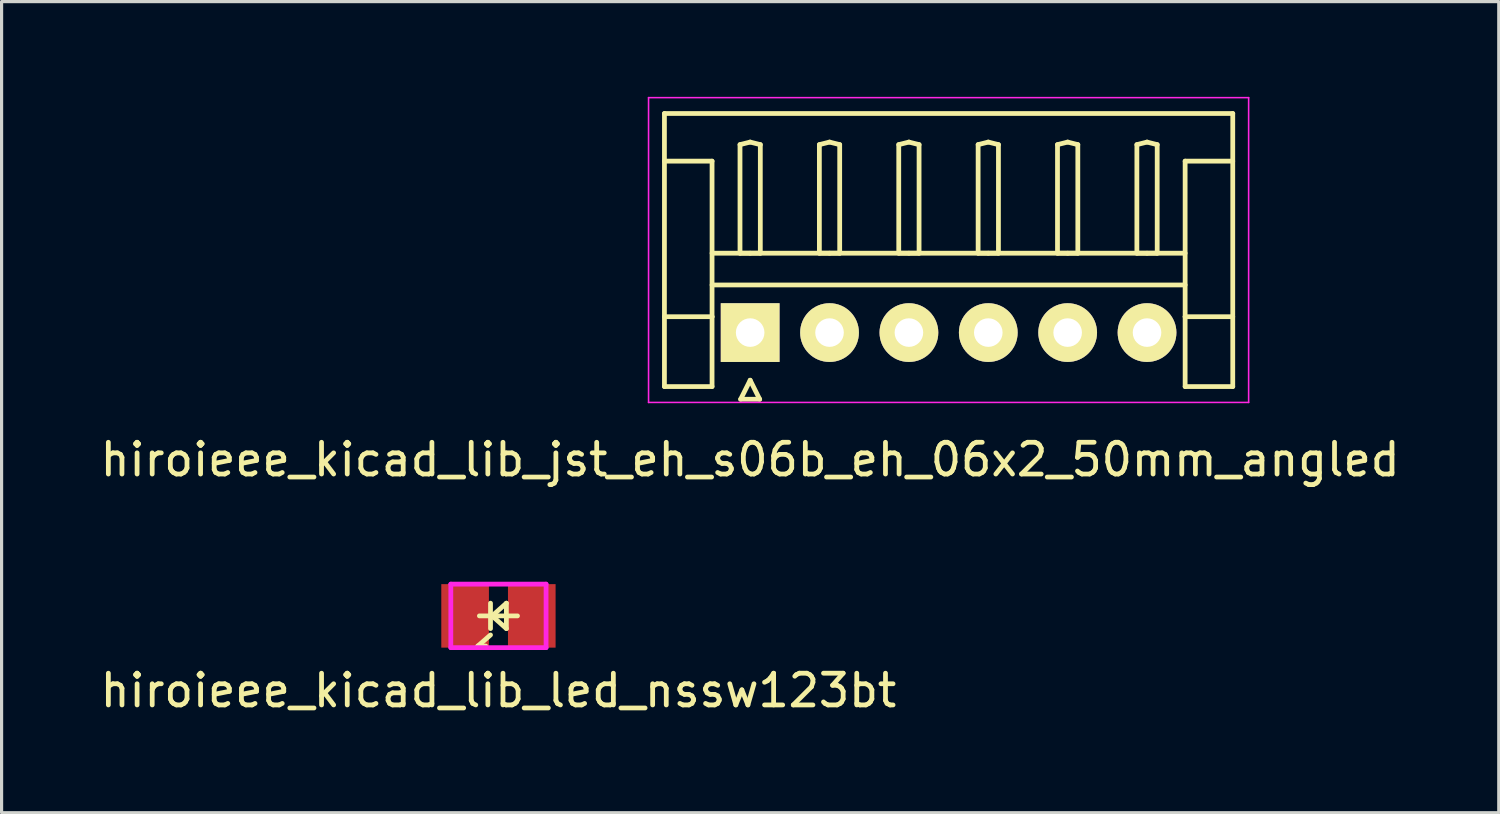
<source format=kicad_pcb>
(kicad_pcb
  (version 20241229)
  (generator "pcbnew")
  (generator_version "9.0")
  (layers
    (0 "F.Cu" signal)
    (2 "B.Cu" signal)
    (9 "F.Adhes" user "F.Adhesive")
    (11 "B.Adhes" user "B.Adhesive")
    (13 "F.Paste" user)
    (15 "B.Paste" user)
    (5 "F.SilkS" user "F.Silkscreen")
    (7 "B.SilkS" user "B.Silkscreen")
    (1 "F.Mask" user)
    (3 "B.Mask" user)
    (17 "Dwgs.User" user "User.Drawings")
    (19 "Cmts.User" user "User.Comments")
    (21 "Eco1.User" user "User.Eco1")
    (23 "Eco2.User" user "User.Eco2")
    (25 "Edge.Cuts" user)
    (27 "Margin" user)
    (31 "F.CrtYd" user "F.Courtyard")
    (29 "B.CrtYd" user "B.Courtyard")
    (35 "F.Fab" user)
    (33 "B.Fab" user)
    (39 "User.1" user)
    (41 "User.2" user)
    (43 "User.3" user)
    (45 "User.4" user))
  (footprint "hiroieee_kicad_lib_led_nssw123bt"
    (layer "F.Cu")
    (at 12.649 16.348)
    (property "Reference" "hiroieee_kicad_lib_led_nssw123bt" (at 0 2.35 0) (layer "F.SilkS") (effects (font (size 1 1) (thickness 0.15))))
    (attr through_hole)
    (fp_line (start -0.65 0.95) (end -0.4 0.95) (stroke (width 0.15) (type solid)) (layer "F.SilkS"))
    (fp_line (start -0.6 0) (end 0.6 0) (stroke (width 0.15) (type solid)) (layer "F.SilkS"))
    (fp_line (start -0.25 -0.4) (end -0.25 0.4) (stroke (width 0.15) (type solid)) (layer "F.SilkS"))
    (fp_line (start -0.25 0.6) (end -0.65 0.95) (stroke (width 0.15) (type solid)) (layer "F.SilkS"))
    (fp_line (start -0.2 0) (end 0.25 -0.4) (stroke (width 0.15) (type solid)) (layer "F.SilkS"))
    (fp_line (start 0.25 -0.4) (end 0.25 0.4) (stroke (width 0.15) (type solid)) (layer "F.SilkS"))
    (fp_line (start 0.25 0.4) (end -0.2 0) (stroke (width 0.15) (type solid)) (layer "F.SilkS"))
    (fp_line (start -1.5 -1) (end 1.5 -1) (stroke (width 0.15) (type solid)) (layer "F.CrtYd"))
    (fp_line (start -1.5 1) (end -1.5 -1) (stroke (width 0.15) (type solid)) (layer "F.CrtYd"))
    (fp_line (start 1.5 -1) (end 1.5 1) (stroke (width 0.15) (type solid)) (layer "F.CrtYd"))
    (fp_line (start 1.5 1) (end -1.5 1) (stroke (width 0.15) (type solid)) (layer "F.CrtYd"))
    (pad "1" smd rect (at -1.05 0) (size 1.5 2) (layers "F.Cu" "F.Mask" "F.Paste"))
    (pad "2" smd rect (at 1.05 0) (size 1.5 2) (layers "F.Cu" "F.Mask" "F.Paste")))
  (footprint "hiroieee_kicad_lib_jst_eh_s06b_eh_06x2_50mm_angled"
    (layer "F.Cu")
    (at 20.577 7.425)
    (property "Reference" "hiroieee_kicad_lib_jst_eh_s06b_eh_06x2_50mm_angled" (at 0 4 0) (layer "F.SilkS") (effects (font (size 1 1) (thickness 0.15))))
    (attr through_hole)
    (fp_line (start -2.7 -6.9) (end 15.2 -6.9) (stroke (width 0.15) (type solid)) (layer "F.SilkS"))
    (fp_line (start -2.7 -5.4) (end -1.2 -5.4) (stroke (width 0.15) (type solid)) (layer "F.SilkS"))
    (fp_line (start -2.7 1.7) (end -2.7 -6.9) (stroke (width 0.15) (type solid)) (layer "F.SilkS"))
    (fp_line (start -1.2 -5.4) (end -1.2 -0.5) (stroke (width 0.15) (type solid)) (layer "F.SilkS"))
    (fp_line (start -1.2 -2.5) (end 13.7 -2.5) (stroke (width 0.15) (type solid)) (layer "F.SilkS"))
    (fp_line (start -1.2 -1.5) (end 13.7 -1.5) (stroke (width 0.15) (type solid)) (layer "F.SilkS"))
    (fp_line (start -1.2 -0.5) (end -2.7 -0.5) (stroke (width 0.15) (type solid)) (layer "F.SilkS"))
    (fp_line (start -1.2 -0.5) (end -1.2 1.7) (stroke (width 0.15) (type solid)) (layer "F.SilkS"))
    (fp_line (start -1.2 1.7) (end -2.7 1.7) (stroke (width 0.15) (type solid)) (layer "F.SilkS"))
    (fp_line (start -0.32 -5.92) (end 0 -6) (stroke (width 0.15) (type solid)) (layer "F.SilkS"))
    (fp_line (start -0.32 -2.5) (end -0.32 -5.92) (stroke (width 0.15) (type solid)) (layer "F.SilkS"))
    (fp_line (start -0.3 2.1) (end 0.3 2.1) (stroke (width 0.15) (type solid)) (layer "F.SilkS"))
    (fp_line (start 0 -6) (end 0.32 -5.92) (stroke (width 0.15) (type solid)) (layer "F.SilkS"))
    (fp_line (start 0 -2.5) (end -0.32 -2.5) (stroke (width 0.15) (type solid)) (layer "F.SilkS"))
    (fp_line (start 0 1.5) (end -0.3 2.1) (stroke (width 0.15) (type solid)) (layer "F.SilkS"))
    (fp_line (start 0.3 2.1) (end 0 1.5) (stroke (width 0.15) (type solid)) (layer "F.SilkS"))
    (fp_line (start 0.32 -5.92) (end 0.32 -2.5) (stroke (width 0.15) (type solid)) (layer "F.SilkS"))
    (fp_line (start 0.32 -2.5) (end 0 -2.5) (stroke (width 0.15) (type solid)) (layer "F.SilkS"))
    (fp_line (start 2.18 -5.92) (end 2.5 -6) (stroke (width 0.15) (type solid)) (layer "F.SilkS"))
    (fp_line (start 2.18 -2.5) (end 2.18 -5.92) (stroke (width 0.15) (type solid)) (layer "F.SilkS"))
    (fp_line (start 2.5 -6) (end 2.82 -5.92) (stroke (width 0.15) (type solid)) (layer "F.SilkS"))
    (fp_line (start 2.5 -2.5) (end 2.18 -2.5) (stroke (width 0.15) (type solid)) (layer "F.SilkS"))
    (fp_line (start 2.82 -5.92) (end 2.82 -2.5) (stroke (width 0.15) (type solid)) (layer "F.SilkS"))
    (fp_line (start 2.82 -2.5) (end 2.5 -2.5) (stroke (width 0.15) (type solid)) (layer "F.SilkS"))
    (fp_line (start 4.68 -5.92) (end 5 -6) (stroke (width 0.15) (type solid)) (layer "F.SilkS"))
    (fp_line (start 4.68 -2.5) (end 4.68 -5.92) (stroke (width 0.15) (type solid)) (layer "F.SilkS"))
    (fp_line (start 5 -6) (end 5.32 -5.92) (stroke (width 0.15) (type solid)) (layer "F.SilkS"))
    (fp_line (start 5 -2.5) (end 4.68 -2.5) (stroke (width 0.15) (type solid)) (layer "F.SilkS"))
    (fp_line (start 5.32 -5.92) (end 5.32 -2.5) (stroke (width 0.15) (type solid)) (layer "F.SilkS"))
    (fp_line (start 5.32 -2.5) (end 5 -2.5) (stroke (width 0.15) (type solid)) (layer "F.SilkS"))
    (fp_line (start 7.18 -5.92) (end 7.5 -6) (stroke (width 0.15) (type solid)) (layer "F.SilkS"))
    (fp_line (start 7.18 -2.5) (end 7.18 -5.92) (stroke (width 0.15) (type solid)) (layer "F.SilkS"))
    (fp_line (start 7.5 -6) (end 7.82 -5.92) (stroke (width 0.15) (type solid)) (layer "F.SilkS"))
    (fp_line (start 7.5 -2.5) (end 7.18 -2.5) (stroke (width 0.15) (type solid)) (layer "F.SilkS"))
    (fp_line (start 7.82 -5.92) (end 7.82 -2.5) (stroke (width 0.15) (type solid)) (layer "F.SilkS"))
    (fp_line (start 7.82 -2.5) (end 7.5 -2.5) (stroke (width 0.15) (type solid)) (layer "F.SilkS"))
    (fp_line (start 9.68 -5.92) (end 10 -6) (stroke (width 0.15) (type solid)) (layer "F.SilkS"))
    (fp_line (start 9.68 -2.5) (end 9.68 -5.92) (stroke (width 0.15) (type solid)) (layer "F.SilkS"))
    (fp_line (start 10 -6) (end 10.32 -5.92) (stroke (width 0.15) (type solid)) (layer "F.SilkS"))
    (fp_line (start 10 -2.5) (end 9.68 -2.5) (stroke (width 0.15) (type solid)) (layer "F.SilkS"))
    (fp_line (start 10.32 -5.92) (end 10.32 -2.5) (stroke (width 0.15) (type solid)) (layer "F.SilkS"))
    (fp_line (start 10.32 -2.5) (end 10 -2.5) (stroke (width 0.15) (type solid)) (layer "F.SilkS"))
    (fp_line (start 12.18 -5.92) (end 12.5 -6) (stroke (width 0.15) (type solid)) (layer "F.SilkS"))
    (fp_line (start 12.18 -2.5) (end 12.18 -5.92) (stroke (width 0.15) (type solid)) (layer "F.SilkS"))
    (fp_line (start 12.5 -6) (end 12.82 -5.92) (stroke (width 0.15) (type solid)) (layer "F.SilkS"))
    (fp_line (start 12.5 -2.5) (end 12.18 -2.5) (stroke (width 0.15) (type solid)) (layer "F.SilkS"))
    (fp_line (start 12.82 -5.92) (end 12.82 -2.5) (stroke (width 0.15) (type solid)) (layer "F.SilkS"))
    (fp_line (start 12.82 -2.5) (end 12.5 -2.5) (stroke (width 0.15) (type solid)) (layer "F.SilkS"))
    (fp_line (start 13.7 -5.4) (end 13.7 -0.5) (stroke (width 0.15) (type solid)) (layer "F.SilkS"))
    (fp_line (start 13.7 -0.5) (end 15.2 -0.5) (stroke (width 0.15) (type solid)) (layer "F.SilkS"))
    (fp_line (start 13.7 1.7) (end 13.7 -0.5) (stroke (width 0.15) (type solid)) (layer "F.SilkS"))
    (fp_line (start 15.2 -6.9) (end 15.2 1.7) (stroke (width 0.15) (type solid)) (layer "F.SilkS"))
    (fp_line (start 15.2 -5.4) (end 13.7 -5.4) (stroke (width 0.15) (type solid)) (layer "F.SilkS"))
    (fp_line (start 15.2 1.7) (end 13.7 1.7) (stroke (width 0.15) (type solid)) (layer "F.SilkS"))
    (fp_line (start -3.2 -7.4) (end -3.2 2.2) (stroke (width 0.05) (type solid)) (layer "F.CrtYd"))
    (fp_line (start -3.2 2.2) (end 15.7 2.2) (stroke (width 0.05) (type solid)) (layer "F.CrtYd"))
    (fp_line (start 15.7 -7.4) (end -3.2 -7.4) (stroke (width 0.05) (type solid)) (layer "F.CrtYd"))
    (fp_line (start 15.7 2.2) (end 15.7 -7.4) (stroke (width 0.05) (type solid)) (layer "F.CrtYd"))
    (pad "1" thru_hole rect (at 0 0) (size 1.85 1.85) (drill 0.9) (layers "*.Cu" "*.Mask" "F.SilkS"))
    (pad "2" thru_hole circle (at 2.5 0) (size 1.85 1.85) (drill 0.9) (layers "*.Cu" "*.Mask" "F.SilkS"))
    (pad "3" thru_hole circle (at 5 0) (size 1.85 1.85) (drill 0.9) (layers "*.Cu" "*.Mask" "F.SilkS"))
    (pad "4" thru_hole circle (at 7.5 0) (size 1.85 1.85) (drill 0.9) (layers "*.Cu" "*.Mask" "F.SilkS"))
    (pad "5" thru_hole circle (at 10 0) (size 1.85 1.85) (drill 0.9) (layers "*.Cu" "*.Mask" "F.SilkS"))
    (pad "6" thru_hole circle (at 12.5 0) (size 1.85 1.85) (drill 0.9) (layers "*.Cu" "*.Mask" "F.SilkS")))
  (gr_rect
    (start -3 -3)
    (end 44.155 22.547)
    (stroke (width 0.1) (type default))
    (fill no)
    (layer "Edge.Cuts")))
</source>
